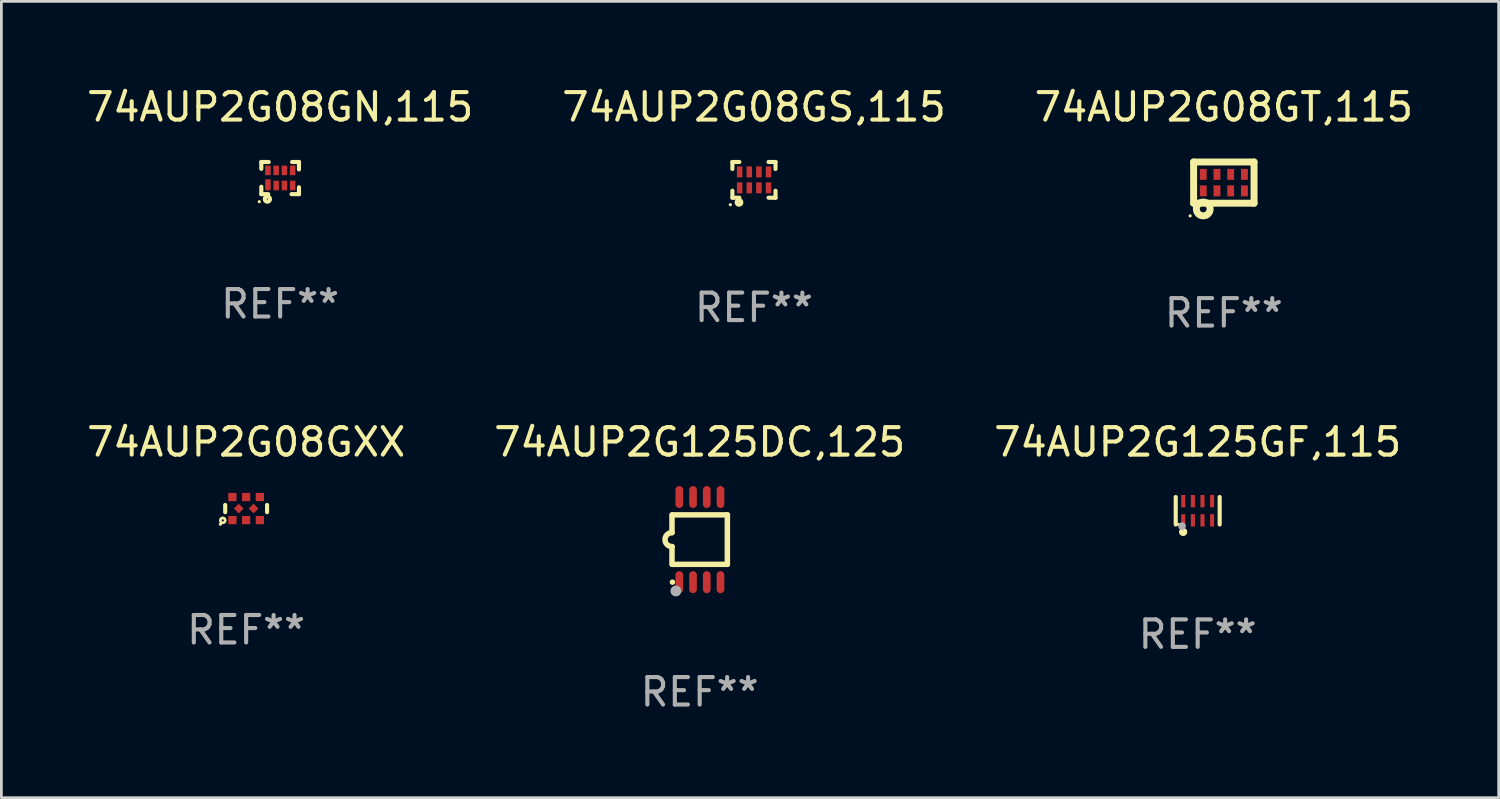
<source format=kicad_pcb>
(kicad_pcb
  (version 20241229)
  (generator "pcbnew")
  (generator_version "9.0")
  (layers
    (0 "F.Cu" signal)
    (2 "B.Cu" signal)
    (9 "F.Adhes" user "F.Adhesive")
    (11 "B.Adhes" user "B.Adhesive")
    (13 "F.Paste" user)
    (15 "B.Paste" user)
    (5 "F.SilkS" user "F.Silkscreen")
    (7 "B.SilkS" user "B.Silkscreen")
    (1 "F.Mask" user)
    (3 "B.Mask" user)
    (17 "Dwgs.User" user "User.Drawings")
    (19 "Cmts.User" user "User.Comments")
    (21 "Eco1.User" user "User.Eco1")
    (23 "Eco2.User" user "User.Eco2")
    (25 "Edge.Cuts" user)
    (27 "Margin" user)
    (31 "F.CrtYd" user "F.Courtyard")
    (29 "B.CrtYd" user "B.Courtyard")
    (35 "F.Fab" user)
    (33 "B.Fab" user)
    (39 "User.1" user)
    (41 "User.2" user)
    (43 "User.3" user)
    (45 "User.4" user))
  (footprint "74AUP2G125DC,125"
    (layer "F.Cu")
    (at 22.423 16.595)
    (property "Reference" "74AUP2G125DC,125" (at 0 -3.55 0) (layer "F.SilkS") (effects (font (size 1 1) (thickness 0.15))))
    (attr through_hole)
    (fp_line (start -1.008 -0.254) (end -1.008 -0.9) (stroke (width 0.2) (type solid)) (layer "F.SilkS"))
    (fp_line (start -1.008 0.254) (end -1.008 0.9) (stroke (width 0.2) (type solid)) (layer "F.SilkS"))
    (fp_line (start -0.992 0.9) (end 1.008 0.9) (stroke (width 0.2) (type solid)) (layer "F.SilkS"))
    (fp_line (start 1.008 -0.9) (end -0.992 -0.9) (stroke (width 0.2) (type solid)) (layer "F.SilkS"))
    (fp_line (start 1.008 0.9) (end 1.008 -0.9) (stroke (width 0.2) (type solid)) (layer "F.SilkS"))
    (fp_arc (start -1.008001 0.254001) (mid -1.262002 0) (end -1.008001 -0.254001) (stroke (width 0.2) (type solid)) (layer "F.SilkS"))
    (fp_circle (center -0.992 1.55) (end -0.942 1.55) (stroke (width 0.1) (type solid)) (fill no) (layer "F.SilkS"))
    (fp_circle (center -0.866 1.87) (end -0.766 1.87) (stroke (width 0.2) (type solid)) (fill no) (layer "F.Fab"))
    (fp_text user "REF**" (at 0 5.55 0) (layer "F.Fab") (effects (font (size 1 1) (thickness 0.15))))
    (pad "1" smd oval (at -0.742 1.55 270) (size 0.8 0.28) (layers "F.Cu" "F.Mask" "F.Paste"))
    (pad "2" smd oval (at -0.242 1.55 270) (size 0.8 0.28) (layers "F.Cu" "F.Mask" "F.Paste"))
    (pad "3" smd oval (at 0.258 1.55 270) (size 0.8 0.28) (layers "F.Cu" "F.Mask" "F.Paste"))
    (pad "4" smd oval (at 0.758 1.55 270) (size 0.8 0.28) (layers "F.Cu" "F.Mask" "F.Paste"))
    (pad "5" smd oval (at 0.758 -1.55 270) (size 0.8 0.28) (layers "F.Cu" "F.Mask" "F.Paste"))
    (pad "6" smd oval (at 0.258 -1.55 270) (size 0.8 0.28) (layers "F.Cu" "F.Mask" "F.Paste"))
    (pad "7" smd oval (at -0.242 -1.55 270) (size 0.8 0.28) (layers "F.Cu" "F.Mask" "F.Paste"))
    (pad "8" smd oval (at -0.742 -1.55 270) (size 0.8 0.28) (layers "F.Cu" "F.Mask" "F.Paste")))
  (footprint "74AUP2G125GF,115"
    (layer "F.Cu")
    (at 40.554 15.545)
    (property "Reference" "74AUP2G125GF,115" (at 0 -2.5 0) (layer "F.SilkS") (effects (font (size 1 1) (thickness 0.15))))
    (attr through_hole)
    (fp_line (start -0.8 -0.5) (end -0.8 0.5) (stroke (width 0.15) (type solid)) (layer "F.SilkS"))
    (fp_line (start 0.8 -0.5) (end 0.8 0.5) (stroke (width 0.15) (type solid)) (layer "F.SilkS"))
    (fp_circle (center -0.7 0.5) (end -0.67 0.5) (stroke (width 0.06) (type solid)) (fill no) (layer "F.SilkS"))
    (fp_circle (center -0.53 0.77) (end -0.454 0.77) (stroke (width 0.15) (type solid)) (fill no) (layer "F.SilkS"))
    (fp_circle (center -0.57 0.56) (end -0.5 0.56) (stroke (width 0.14) (type solid)) (fill no) (layer "F.Fab"))
    (fp_text user "REF**" (at 0 4.5 0) (layer "F.Fab") (effects (font (size 1 1) (thickness 0.15))))
    (pad "1" smd rect (at -0.525 0.35) (size 0.15 0.45) (layers "F.Cu" "F.Mask" "F.Paste"))
    (pad "2" smd rect (at -0.175 0.35) (size 0.15 0.45) (layers "F.Cu" "F.Mask" "F.Paste"))
    (pad "3" smd rect (at 0.175 0.35) (size 0.15 0.45) (layers "F.Cu" "F.Mask" "F.Paste"))
    (pad "4" smd rect (at 0.525 0.35) (size 0.15 0.45) (layers "F.Cu" "F.Mask" "F.Paste"))
    (pad "5" smd rect (at 0.525 -0.35) (size 0.15 0.45) (layers "F.Cu" "F.Mask" "F.Paste"))
    (pad "6" smd rect (at 0.175 -0.35) (size 0.15 0.45) (layers "F.Cu" "F.Mask" "F.Paste"))
    (pad "7" smd rect (at -0.175 -0.35) (size 0.15 0.45) (layers "F.Cu" "F.Mask" "F.Paste"))
    (pad "8" smd rect (at -0.525 -0.35) (size 0.15 0.45) (layers "F.Cu" "F.Mask" "F.Paste")))
  (footprint "74AUP2G08GT,115"
    (layer "F.Cu")
    (at 41.506 3.598)
    (property "Reference" "74AUP2G08GT,115" (at 0 -2.75 0) (layer "F.SilkS") (effects (font (size 1 1) (thickness 0.15))))
    (attr through_hole)
    (fp_line (start -1.1 -0.75) (end -1.1 0.75) (stroke (width 0.254) (type solid)) (layer "F.SilkS"))
    (fp_line (start -1.1 -0.75) (end 1.1 -0.75) (stroke (width 0.254) (type solid)) (layer "F.SilkS"))
    (fp_line (start -1.1 0.75) (end 1.1 0.75) (stroke (width 0.254) (type solid)) (layer "F.SilkS"))
    (fp_line (start 1.1 -0.75) (end 1.1 0.75) (stroke (width 0.254) (type solid)) (layer "F.SilkS"))
    (fp_circle (center -1.227 1.211) (end -1.197 1.211) (stroke (width 0.06) (type solid)) (fill no) (layer "F.SilkS"))
    (fp_circle (center -0.75 0.96) (end -0.626 0.96) (stroke (width 0.254) (type solid)) (fill no) (layer "F.SilkS"))
    (fp_text user "REF**" (at 0 4.75 0) (layer "F.Fab") (effects (font (size 1 1) (thickness 0.15))))
    (pad "1" smd rect (at -0.75 0.3) (size 0.25 0.4) (layers "F.Cu" "F.Mask" "F.Paste"))
    (pad "2" smd rect (at -0.25 0.3) (size 0.25 0.4) (layers "F.Cu" "F.Mask" "F.Paste"))
    (pad "3" smd rect (at 0.25 0.3) (size 0.25 0.4) (layers "F.Cu" "F.Mask" "F.Paste"))
    (pad "4" smd rect (at 0.75 0.3) (size 0.25 0.4) (layers "F.Cu" "F.Mask" "F.Paste"))
    (pad "5" smd rect (at 0.75 -0.3) (size 0.25 0.4) (layers "F.Cu" "F.Mask" "F.Paste"))
    (pad "6" smd rect (at 0.25 -0.3) (size 0.25 0.4) (layers "F.Cu" "F.Mask" "F.Paste"))
    (pad "7" smd rect (at -0.25 -0.3) (size 0.25 0.4) (layers "F.Cu" "F.Mask" "F.Paste"))
    (pad "8" smd rect (at -0.75 -0.3) (size 0.25 0.4) (layers "F.Cu" "F.Mask" "F.Paste")))
  (footprint "74AUP2G08GN,115"
    (layer "F.Cu")
    (at 7.149 3.433)
    (property "Reference" "74AUP2G08GN,115" (at 0 -2.585 0) (layer "F.SilkS") (effects (font (size 1 1) (thickness 0.15))))
    (attr through_hole)
    (fp_line (start -0.685 -0.585) (end -0.415 -0.585) (stroke (width 0.15) (type solid)) (layer "F.SilkS"))
    (fp_line (start -0.685 -0.335) (end -0.685 -0.585) (stroke (width 0.15) (type solid)) (layer "F.SilkS"))
    (fp_line (start -0.685 0.585) (end -0.685 0.315) (stroke (width 0.15) (type solid)) (layer "F.SilkS"))
    (fp_line (start -0.435 0.585) (end -0.685 0.585) (stroke (width 0.15) (type solid)) (layer "F.SilkS"))
    (fp_line (start 0.435 -0.585) (end 0.685 -0.585) (stroke (width 0.15) (type solid)) (layer "F.SilkS"))
    (fp_line (start 0.685 -0.585) (end 0.685 -0.315) (stroke (width 0.15) (type solid)) (layer "F.SilkS"))
    (fp_line (start 0.685 0.335) (end 0.685 0.585) (stroke (width 0.15) (type solid)) (layer "F.SilkS"))
    (fp_line (start 0.685 0.585) (end 0.415 0.585) (stroke (width 0.15) (type solid)) (layer "F.SilkS"))
    (fp_circle (center -0.76 0.86) (end -0.73 0.86) (stroke (width 0.06) (type solid)) (fill no) (layer "F.SilkS"))
    (fp_circle (center -0.465 0.765) (end -0.445 0.765) (stroke (width 0.15) (type solid)) (fill no) (layer "F.SilkS"))
    (fp_text user "REF**" (at 0 4.585 0) (layer "F.Fab") (effects (font (size 1 1) (thickness 0.15))))
    (pad "1" smd rect (at -0.445 0.245) (size 0.2 0.4) (layers "F.Cu" "F.Mask" "F.Paste"))
    (pad "2" smd rect (at -0.145 0.27) (size 0.2 0.35) (layers "F.Cu" "F.Mask" "F.Paste"))
    (pad "3" smd rect (at 0.155 0.27) (size 0.2 0.35) (layers "F.Cu" "F.Mask" "F.Paste"))
    (pad "4" smd rect (at 0.455 0.27) (size 0.2 0.35) (layers "F.Cu" "F.Mask" "F.Paste"))
    (pad "5" smd rect (at 0.455 -0.28) (size 0.2 0.35) (layers "F.Cu" "F.Mask" "F.Paste"))
    (pad "6" smd rect (at 0.155 -0.28) (size 0.2 0.35) (layers "F.Cu" "F.Mask" "F.Paste"))
    (pad "7" smd rect (at -0.145 -0.28) (size 0.2 0.35) (layers "F.Cu" "F.Mask" "F.Paste"))
    (pad "8" smd rect (at -0.445 -0.28) (size 0.2 0.35) (layers "F.Cu" "F.Mask" "F.Paste")))
  (footprint "74AUP2G08GS,115"
    (layer "F.Cu")
    (at 24.399 3.498)
    (property "Reference" "74AUP2G08GS,115" (at 0 -2.65 0) (layer "F.SilkS") (effects (font (size 1 1) (thickness 0.15))))
    (attr through_hole)
    (fp_line (start -0.785 0.65) (end -0.785 0.396) (stroke (width 0.15) (type solid)) (layer "F.SilkS"))
    (fp_line (start -0.785 -0.65) (end -0.531 -0.65) (stroke (width 0.15) (type solid)) (layer "F.SilkS"))
    (fp_line (start -0.785 -0.396) (end -0.785 -0.65) (stroke (width 0.15) (type solid)) (layer "F.SilkS"))
    (fp_line (start -0.531 0.65) (end -0.785 0.65) (stroke (width 0.15) (type solid)) (layer "F.SilkS"))
    (fp_line (start 0.531 -0.65) (end 0.785 -0.65) (stroke (width 0.15) (type solid)) (layer "F.SilkS"))
    (fp_line (start 0.785 -0.65) (end 0.785 -0.396) (stroke (width 0.15) (type solid)) (layer "F.SilkS"))
    (fp_line (start 0.785 0.396) (end 0.785 0.65) (stroke (width 0.15) (type solid)) (layer "F.SilkS"))
    (fp_line (start 0.785 0.65) (end 0.531 0.65) (stroke (width 0.15) (type solid)) (layer "F.SilkS"))
    (fp_circle (center -0.86 0.905) (end -0.83 0.905) (stroke (width 0.06) (type solid)) (fill no) (layer "F.SilkS"))
    (fp_circle (center -0.545 0.82) (end -0.535 0.82) (stroke (width 0.15) (type solid)) (fill no) (layer "F.SilkS"))
    (fp_text user "REF**" (at 0 4.65 0) (layer "F.Fab") (effects (font (size 1 1) (thickness 0.15))))
    (pad "1" smd rect (at -0.52 0.29) (size 0.2 0.4) (layers "F.Cu" "F.Mask" "F.Paste"))
    (pad "2" smd rect (at -0.17 0.29) (size 0.2 0.4) (layers "F.Cu" "F.Mask" "F.Paste"))
    (pad "3" smd rect (at 0.18 0.29) (size 0.2 0.4) (layers "F.Cu" "F.Mask" "F.Paste"))
    (pad "4" smd rect (at 0.53 0.29) (size 0.2 0.4) (layers "F.Cu" "F.Mask" "F.Paste"))
    (pad "5" smd rect (at 0.53 -0.29) (size 0.2 0.4) (layers "F.Cu" "F.Mask" "F.Paste"))
    (pad "6" smd rect (at 0.18 -0.29) (size 0.2 0.4) (layers "F.Cu" "F.Mask" "F.Paste"))
    (pad "7" smd rect (at -0.17 -0.29) (size 0.2 0.4) (layers "F.Cu" "F.Mask" "F.Paste"))
    (pad "8" smd rect (at -0.52 -0.29) (size 0.2 0.4) (layers "F.Cu" "F.Mask" "F.Paste")))
  (footprint "74AUP2G08GXX"
    (layer "F.Cu")
    (at 5.911 15.465)
    (property "Reference" "74AUP2G08GXX" (at 0 -2.42 0) (layer "F.SilkS") (effects (font (size 1 1) (thickness 0.15))))
    (attr through_hole)
    (fp_line (start -0.762 -0.131) (end -0.762 0.131) (stroke (width 0.15) (type solid)) (layer "F.SilkS"))
    (fp_line (start 0.762 -0.131) (end 0.762 0.131) (stroke (width 0.15) (type solid)) (layer "F.SilkS"))
    (fp_circle (center -0.939 0.57) (end -0.909 0.57) (stroke (width 0.06) (type solid)) (fill no) (layer "F.SilkS"))
    (fp_circle (center -0.85 0.43) (end -0.811 0.43) (stroke (width 0.1) (type solid)) (fill no) (layer "F.SilkS"))
    (fp_text user "REF**" (at 0 4.42 0) (layer "F.Fab") (effects (font (size 1 1) (thickness 0.15))))
    (pad "1" smd rect (at -0.5 0.42) (size 0.3 0.3) (layers "F.Cu" "F.Mask" "F.Paste"))
    (pad "2" smd rect (at 0.000127 0.42) (size 0.3 0.3) (layers "F.Cu" "F.Mask" "F.Paste"))
    (pad "3" smd rect (at 0.5 0.42) (size 0.3 0.3) (layers "F.Cu" "F.Mask" "F.Paste"))
    (pad "4" smd rect (at 0.27 0 45) (size 0.25 0.25) (layers "F.Cu" "F.Mask" "F.Paste"))
    (pad "5" smd rect (at 0.5 -0.42) (size 0.3 0.3) (layers "F.Cu" "F.Mask" "F.Paste"))
    (pad "6" smd rect (at 0.000127 -0.42) (size 0.3 0.3) (layers "F.Cu" "F.Mask" "F.Paste"))
    (pad "7" smd rect (at -0.5 -0.42) (size 0.3 0.3) (layers "F.Cu" "F.Mask" "F.Paste"))
    (pad "8" smd rect (at -0.27 0 45) (size 0.25 0.25) (layers "F.Cu" "F.Mask" "F.Paste")))
  (gr_rect
    (start -3 -3)
    (end 51.512 25.993)
    (stroke (width 0.1) (type default))
    (fill no)
    (layer "Edge.Cuts")))
</source>
